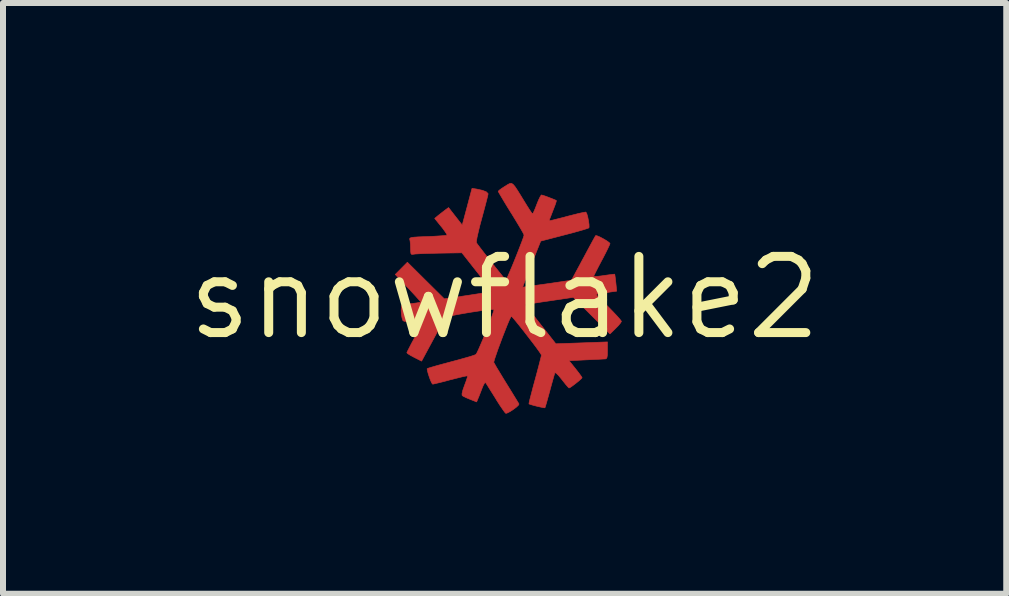
<source format=kicad_pcb>
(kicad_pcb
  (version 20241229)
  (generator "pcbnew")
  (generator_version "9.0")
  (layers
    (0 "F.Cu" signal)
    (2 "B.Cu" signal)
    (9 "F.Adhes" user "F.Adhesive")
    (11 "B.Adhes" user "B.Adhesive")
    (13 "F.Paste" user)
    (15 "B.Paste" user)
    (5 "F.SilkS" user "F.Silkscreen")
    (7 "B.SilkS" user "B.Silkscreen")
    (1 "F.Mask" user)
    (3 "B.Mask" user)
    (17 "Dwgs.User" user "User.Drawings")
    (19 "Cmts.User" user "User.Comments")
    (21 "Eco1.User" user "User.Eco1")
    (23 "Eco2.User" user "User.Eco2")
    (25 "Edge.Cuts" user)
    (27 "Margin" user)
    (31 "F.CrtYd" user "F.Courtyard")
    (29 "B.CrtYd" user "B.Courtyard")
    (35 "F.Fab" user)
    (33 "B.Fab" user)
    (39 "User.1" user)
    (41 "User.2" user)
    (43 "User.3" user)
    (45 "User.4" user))
  (footprint "snowflake2"
    (layer "F.Cu")
    (at 5.359 1.913)
    (property "Reference" "snowflake2" (at 0 0 0) (layer "F.SilkS") (effects (font (size 1.27 1.27) (thickness 0.15))))
    (attr through_hole)
    (fp_poly (pts (xy 0.139 -1.893) (xy 0.171 -1.857) (xy 0.212 -1.796) (xy 0.268 -1.706) (xy 0.318 -1.624) (xy 0.371 -1.538) (xy 0.416 -1.467) (xy 0.449 -1.418) (xy 0.466 -1.398) (xy 0.466 -1.398) (xy 0.478 -1.416) (xy 0.5 -1.464) (xy 0.528 -1.534) (xy 0.536 -1.556) (xy 0.566 -1.63) (xy 0.593 -1.685) (xy 0.611 -1.713) (xy 0.614 -1.714) (xy 0.642 -1.707) (xy 0.693 -1.69) (xy 0.755 -1.666) (xy 0.814 -1.643) (xy 0.854 -1.626) (xy 0.863 -1.62) (xy 0.859 -1.599) (xy 0.842 -1.548) (xy 0.815 -1.478) (xy 0.805 -1.452) (xy 0.776 -1.377) (xy 0.753 -1.318) (xy 0.742 -1.286) (xy 0.741 -1.283) (xy 0.76 -1.286) (xy 0.813 -1.298) (xy 0.893 -1.318) (xy 0.992 -1.343) (xy 1.041 -1.357) (xy 1.148 -1.384) (xy 1.24 -1.407) (xy 1.31 -1.422) (xy 1.349 -1.429) (xy 1.355 -1.428) (xy 1.37 -1.402) (xy 1.385 -1.35) (xy 1.398 -1.285) (xy 1.407 -1.223) (xy 1.408 -1.178) (xy 1.404 -1.165) (xy 1.379 -1.155) (xy 1.319 -1.136) (xy 1.232 -1.111) (xy 1.124 -1.081) (xy 1.001 -1.049) (xy 0.994 -1.047) (xy 0.602 -0.945) (xy 0.449 -0.564) (xy 0.403 -0.446) (xy 0.362 -0.342) (xy 0.331 -0.259) (xy 0.31 -0.203) (xy 0.302 -0.179) (xy 0.302 -0.178) (xy 0.323 -0.18) (xy 0.378 -0.188) (xy 0.459 -0.199) (xy 0.558 -0.213) (xy 0.668 -0.228) (xy 0.781 -0.244) (xy 0.889 -0.26) (xy 0.984 -0.274) (xy 1.058 -0.285) (xy 1.104 -0.293) (xy 1.114 -0.295) (xy 1.125 -0.313) (xy 1.152 -0.363) (xy 1.193 -0.439) (xy 1.245 -0.535) (xy 1.304 -0.646) (xy 1.313 -0.661) (xy 1.373 -0.774) (xy 1.427 -0.874) (xy 1.471 -0.955) (xy 1.502 -1.011) (xy 1.517 -1.036) (xy 1.517 -1.037) (xy 1.54 -1.034) (xy 1.586 -1.015) (xy 1.643 -0.985) (xy 1.698 -0.953) (xy 1.74 -0.923) (xy 1.757 -0.905) (xy 1.747 -0.879) (xy 1.721 -0.823) (xy 1.683 -0.746) (xy 1.635 -0.653) (xy 1.619 -0.624) (xy 1.569 -0.529) (xy 1.528 -0.449) (xy 1.498 -0.389) (xy 1.483 -0.358) (xy 1.482 -0.355) (xy 1.501 -0.354) (xy 1.552 -0.358) (xy 1.626 -0.367) (xy 1.656 -0.372) (xy 1.737 -0.383) (xy 1.798 -0.391) (xy 1.832 -0.394) (xy 1.835 -0.394) (xy 1.839 -0.373) (xy 1.846 -0.321) (xy 1.854 -0.251) (xy 1.868 -0.111) (xy 1.765 -0.097) (xy 1.686 -0.085) (xy 1.612 -0.074) (xy 1.591 -0.07) (xy 1.52 -0.058) (xy 1.734 0.157) (xy 1.81 0.235) (xy 1.874 0.303) (xy 1.921 0.356) (xy 1.945 0.388) (xy 1.947 0.393) (xy 1.933 0.418) (xy 1.897 0.462) (xy 1.852 0.508) (xy 1.756 0.602) (xy 1.451 0.297) (xy 1.145 -0.008) (xy 0.747 0.051) (xy 0.623 0.069) (xy 0.514 0.086) (xy 0.428 0.099) (xy 0.369 0.109) (xy 0.346 0.113) (xy 0.346 0.113) (xy 0.357 0.13) (xy 0.391 0.175) (xy 0.443 0.243) (xy 0.51 0.329) (xy 0.587 0.427) (xy 0.598 0.441) (xy 0.854 0.766) (xy 1.284 0.751) (xy 1.714 0.735) (xy 1.714 0.876) (xy 1.713 0.952) (xy 1.706 0.995) (xy 1.693 1.015) (xy 1.677 1.019) (xy 1.643 1.02) (xy 1.576 1.024) (xy 1.485 1.028) (xy 1.378 1.033) (xy 1.358 1.034) (xy 1.075 1.048) (xy 1.183 1.183) (xy 1.233 1.247) (xy 1.271 1.298) (xy 1.29 1.328) (xy 1.291 1.332) (xy 1.276 1.35) (xy 1.237 1.385) (xy 1.186 1.426) (xy 1.135 1.465) (xy 1.093 1.494) (xy 1.074 1.503) (xy 1.057 1.487) (xy 1.021 1.446) (xy 0.973 1.386) (xy 0.955 1.363) (xy 0.899 1.294) (xy 0.859 1.255) (xy 0.838 1.249) (xy 0.837 1.252) (xy 0.828 1.282) (xy 0.81 1.345) (xy 0.786 1.431) (xy 0.758 1.533) (xy 0.753 1.553) (xy 0.725 1.654) (xy 0.701 1.74) (xy 0.683 1.801) (xy 0.673 1.831) (xy 0.672 1.833) (xy 0.65 1.831) (xy 0.601 1.821) (xy 0.539 1.807) (xy 0.476 1.791) (xy 0.428 1.776) (xy 0.406 1.768) (xy 0.409 1.746) (xy 0.422 1.69) (xy 0.444 1.606) (xy 0.471 1.501) (xy 0.504 1.38) (xy 0.507 1.37) (xy 0.54 1.247) (xy 0.569 1.137) (xy 0.592 1.047) (xy 0.608 0.984) (xy 0.614 0.954) (xy 0.614 0.954) (xy 0.601 0.931) (xy 0.568 0.883) (xy 0.518 0.814) (xy 0.456 0.732) (xy 0.387 0.643) (xy 0.317 0.552) (xy 0.25 0.468) (xy 0.191 0.395) (xy 0.146 0.341) (xy 0.118 0.311) (xy 0.113 0.307) (xy 0.1 0.326) (xy 0.076 0.377) (xy 0.044 0.453) (xy 0.007 0.547) (xy -0.034 0.651) (xy -0.074 0.759) (xy -0.112 0.861) (xy -0.143 0.951) (xy -0.167 1.022) (xy -0.179 1.066) (xy -0.18 1.077) (xy -0.165 1.103) (xy -0.133 1.16) (xy -0.085 1.239) (xy -0.027 1.335) (xy 0.029 1.426) (xy 0.094 1.531) (xy 0.151 1.624) (xy 0.197 1.699) (xy 0.228 1.75) (xy 0.24 1.77) (xy 0.23 1.79) (xy 0.194 1.824) (xy 0.143 1.862) (xy 0.089 1.897) (xy 0.043 1.92) (xy 0.021 1.926) (xy 0.004 1.909) (xy -0.03 1.862) (xy -0.078 1.792) (xy -0.133 1.706) (xy -0.15 1.677) (xy -0.207 1.586) (xy -0.257 1.507) (xy -0.294 1.447) (xy -0.316 1.415) (xy -0.318 1.412) (xy -0.333 1.42) (xy -0.355 1.459) (xy -0.371 1.497) (xy -0.4 1.572) (xy -0.428 1.644) (xy -0.438 1.667) (xy -0.466 1.735) (xy -0.577 1.691) (xy -0.642 1.664) (xy -0.69 1.64) (xy -0.707 1.629) (xy -0.71 1.6) (xy -0.696 1.539) (xy -0.668 1.46) (xy -0.641 1.387) (xy -0.623 1.332) (xy -0.617 1.303) (xy -0.618 1.301) (xy -0.641 1.303) (xy -0.696 1.314) (xy -0.777 1.334) (xy -0.875 1.359) (xy -0.901 1.365) (xy -1.004 1.393) (xy -1.093 1.415) (xy -1.16 1.431) (xy -1.196 1.439) (xy -1.198 1.439) (xy -1.213 1.421) (xy -1.235 1.375) (xy -1.257 1.314) (xy -1.277 1.251) (xy -1.289 1.199) (xy -1.291 1.182) (xy -1.272 1.173) (xy -1.217 1.156) (xy -1.135 1.132) (xy -1.03 1.103) (xy -0.909 1.071) (xy -0.899 1.068) (xy -0.775 1.035) (xy -0.664 1.004) (xy -0.573 0.978) (xy -0.509 0.957) (xy -0.479 0.944) (xy -0.478 0.944) (xy -0.462 0.918) (xy -0.435 0.862) (xy -0.4 0.782) (xy -0.359 0.686) (xy -0.317 0.582) (xy -0.275 0.478) (xy -0.237 0.38) (xy -0.207 0.295) (xy -0.186 0.233) (xy -0.177 0.199) (xy -0.178 0.196) (xy -0.204 0.194) (xy -0.263 0.198) (xy -0.348 0.208) (xy -0.45 0.223) (xy -0.561 0.24) (xy -0.674 0.259) (xy -0.781 0.278) (xy -0.873 0.296) (xy -0.942 0.312) (xy -0.98 0.324) (xy -0.985 0.328) (xy -1.002 0.355) (xy -1.035 0.413) (xy -1.081 0.495) (xy -1.136 0.596) (xy -1.195 0.706) (xy -1.383 1.055) (xy -1.506 0.993) (xy -1.569 0.959) (xy -1.613 0.931) (xy -1.629 0.915) (xy -1.619 0.892) (xy -1.592 0.839) (xy -1.553 0.763) (xy -1.503 0.671) (xy -1.484 0.635) (xy -1.434 0.54) (xy -1.394 0.46) (xy -1.367 0.4) (xy -1.357 0.367) (xy -1.358 0.363) (xy -1.386 0.363) (xy -1.444 0.369) (xy -1.52 0.379) (xy -1.527 0.38) (xy -1.614 0.391) (xy -1.666 0.392) (xy -1.692 0.383) (xy -1.694 0.38) (xy -1.709 0.337) (xy -1.72 0.275) (xy -1.724 0.21) (xy -1.721 0.154) (xy -1.711 0.125) (xy -1.71 0.124) (xy -1.678 0.115) (xy -1.617 0.104) (xy -1.542 0.095) (xy -1.47 0.086) (xy -1.418 0.077) (xy -1.397 0.07) (xy -1.397 0.07) (xy -1.411 0.052) (xy -1.449 0.009) (xy -1.506 -0.054) (xy -1.576 -0.13) (xy -1.609 -0.165) (xy -1.822 -0.389) (xy -1.721 -0.491) (xy -1.62 -0.593) (xy -1.313 -0.288) (xy -1.005 0.017) (xy -0.621 -0.039) (xy -0.498 -0.058) (xy -0.39 -0.075) (xy -0.304 -0.09) (xy -0.246 -0.101) (xy -0.224 -0.107) (xy -0.233 -0.127) (xy -0.265 -0.174) (xy -0.315 -0.243) (xy -0.38 -0.33) (xy -0.457 -0.428) (xy -0.462 -0.434) (xy -0.711 -0.75) (xy -1.091 -0.744) (xy -1.217 -0.741) (xy -1.33 -0.738) (xy -1.424 -0.734) (xy -1.49 -0.73) (xy -1.519 -0.726) (xy -1.547 -0.723) (xy -1.561 -0.737) (xy -1.566 -0.779) (xy -1.567 -0.818) (xy -1.569 -0.889) (xy -1.575 -0.948) (xy -1.579 -0.965) (xy -1.582 -0.983) (xy -1.576 -0.995) (xy -1.555 -1.004) (xy -1.513 -1.01) (xy -1.444 -1.015) (xy -1.341 -1.019) (xy -1.281 -1.021) (xy -1.171 -1.026) (xy -1.076 -1.032) (xy -1.005 -1.037) (xy -0.965 -1.042) (xy -0.96 -1.044) (xy -0.967 -1.065) (xy -0.996 -1.109) (xy -1.04 -1.169) (xy -1.057 -1.189) (xy -1.165 -1.323) (xy -1.107 -1.372) (xy -1.047 -1.419) (xy -0.991 -1.462) (xy -0.934 -1.504) (xy -0.82 -1.358) (xy -0.706 -1.212) (xy -0.624 -1.518) (xy -0.543 -1.824) (xy -0.463 -1.812) (xy -0.369 -1.791) (xy -0.305 -1.766) (xy -0.276 -1.737) (xy -0.275 -1.731) (xy -0.281 -1.703) (xy -0.296 -1.641) (xy -0.319 -1.552) (xy -0.348 -1.443) (xy -0.38 -1.325) (xy -0.413 -1.203) (xy -0.439 -1.095) (xy -0.459 -1.007) (xy -0.469 -0.946) (xy -0.47 -0.919) (xy -0.45 -0.89) (xy -0.409 -0.836) (xy -0.354 -0.765) (xy -0.29 -0.682) (xy -0.22 -0.593) (xy -0.151 -0.506) (xy -0.087 -0.427) (xy -0.034 -0.361) (xy 0.004 -0.316) (xy 0.022 -0.297) (xy 0.023 -0.297) (xy 0.034 -0.315) (xy 0.057 -0.366) (xy 0.089 -0.441) (xy 0.128 -0.533) (xy 0.17 -0.636) (xy 0.212 -0.741) (xy 0.251 -0.841) (xy 0.285 -0.929) (xy 0.31 -0.997) (xy 0.323 -1.039) (xy 0.324 -1.046) (xy 0.314 -1.071) (xy 0.284 -1.125) (xy 0.238 -1.203) (xy 0.18 -1.299) (xy 0.114 -1.407) (xy 0.109 -1.414) (xy 0.042 -1.522) (xy -0.016 -1.618) (xy -0.062 -1.696) (xy -0.094 -1.75) (xy -0.106 -1.774) (xy -0.106 -1.775) (xy -0.089 -1.793) (xy -0.046 -1.825) (xy 0.005 -1.858) (xy 0.05 -1.886) (xy 0.084 -1.904) (xy 0.112 -1.908) (xy 0.139 -1.893)) (stroke (width 0.01) (type solid)) (fill yes) (layer "F.Cu")))
  (gr_rect
    (start -3 -3)
    (end 13.719 6.844)
    (stroke (width 0.1) (type default))
    (fill no)
    (layer "Edge.Cuts")))
</source>
